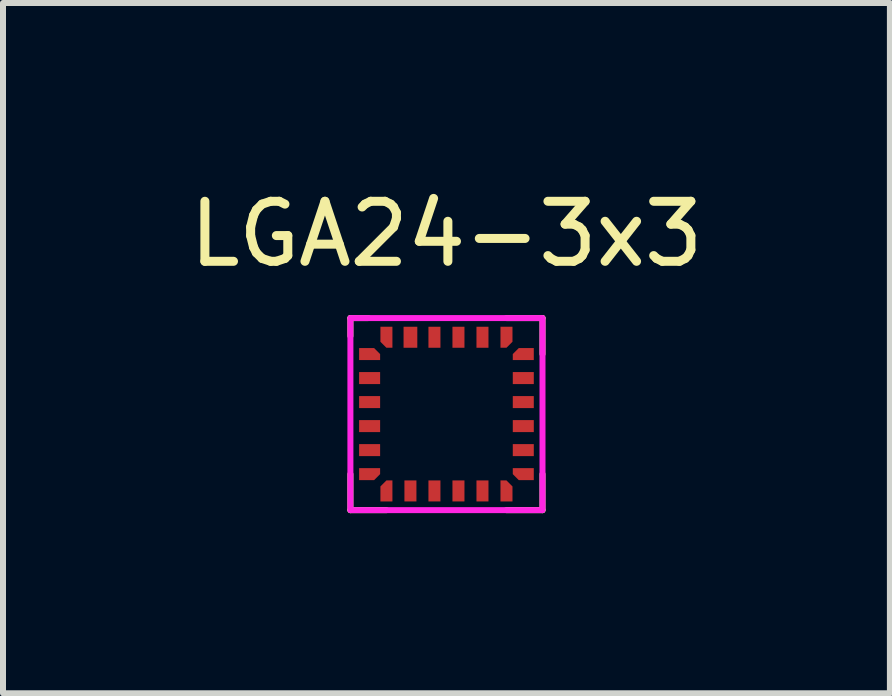
<source format=kicad_pcb>
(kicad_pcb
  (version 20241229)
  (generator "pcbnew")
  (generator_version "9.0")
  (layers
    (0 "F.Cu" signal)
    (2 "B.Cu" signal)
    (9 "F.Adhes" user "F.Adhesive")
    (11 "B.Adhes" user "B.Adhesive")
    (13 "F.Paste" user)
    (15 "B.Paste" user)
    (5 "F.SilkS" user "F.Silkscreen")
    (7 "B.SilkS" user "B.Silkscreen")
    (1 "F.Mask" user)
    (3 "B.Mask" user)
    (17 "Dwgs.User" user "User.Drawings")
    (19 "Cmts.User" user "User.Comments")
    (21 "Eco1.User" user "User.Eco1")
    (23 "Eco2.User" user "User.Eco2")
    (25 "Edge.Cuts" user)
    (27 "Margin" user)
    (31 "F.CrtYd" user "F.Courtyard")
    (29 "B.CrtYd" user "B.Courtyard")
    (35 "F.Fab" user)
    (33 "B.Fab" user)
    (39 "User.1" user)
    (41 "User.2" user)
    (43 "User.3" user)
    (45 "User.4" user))
  (footprint "LGA24-3x3"
    (layer "F.Cu")
    (at 4.387 3.848)
    (property "Reference" "LGA24-3x3" (at 0 -3 0) (layer "F.SilkS") (effects (font (size 1 1) (thickness 0.15))))
    (attr smd)
    (fp_line (start -1.6 -1.3) (end -1.6 -1.6) (stroke (width 0.1) (type solid)) (layer "F.SilkS"))
    (fp_line (start -1.6 1) (end -1.6 1.6) (stroke (width 0.1) (type solid)) (layer "F.SilkS"))
    (fp_line (start -1.3 -1.6) (end -1.6 -1.6) (stroke (width 0.1) (type solid)) (layer "F.SilkS"))
    (fp_line (start -1 1.6) (end -1.6 1.6) (stroke (width 0.1) (type solid)) (layer "F.SilkS"))
    (fp_line (start 1 -1.6) (end 1.6 -1.6) (stroke (width 0.1) (type solid)) (layer "F.SilkS"))
    (fp_line (start 1 1.6) (end 1.6 1.6) (stroke (width 0.1) (type solid)) (layer "F.SilkS"))
    (fp_line (start 1.6 -1) (end 1.6 -1.6) (stroke (width 0.1) (type solid)) (layer "F.SilkS"))
    (fp_line (start 1.6 1.6) (end 1.6 1) (stroke (width 0.1) (type solid)) (layer "F.SilkS"))
    (fp_rect (start -1.6 -1.6) (end 1.6 1.6) (stroke (width 0.1) (type solid)) (fill no) (layer "F.CrtYd"))
    (pad "1" smd roundrect (at -1.28 -1 270) (size 0.2 0.35) (layers "F.Cu" "F.Mask" "F.Paste") (roundrect_rratio 0) (chamfer_ratio 0.5) (chamfer top_left))
    (pad "2" smd rect (at -1.28 -0.6 270) (size 0.2 0.35) (layers "F.Cu" "F.Mask" "F.Paste"))
    (pad "3" smd rect (at -1.28 -0.2 270) (size 0.2 0.35) (layers "F.Cu" "F.Mask" "F.Paste"))
    (pad "4" smd rect (at -1.28 0.2 270) (size 0.2 0.35) (layers "F.Cu" "F.Mask" "F.Paste"))
    (pad "5" smd rect (at -1.28 0.6 270) (size 0.2 0.35) (layers "F.Cu" "F.Mask" "F.Paste"))
    (pad "6" smd roundrect (at -1.28 1 270) (size 0.2 0.35) (layers "F.Cu" "F.Mask" "F.Paste") (roundrect_rratio 0) (chamfer_ratio 0.5) (chamfer top_right))
    (pad "7" smd roundrect (at -1 1.28) (size 0.2 0.35) (layers "F.Cu" "F.Mask" "F.Paste") (roundrect_rratio 0) (chamfer_ratio 0.5) (chamfer top_left))
    (pad "8" smd rect (at -0.6 1.28) (size 0.2 0.35) (layers "F.Cu" "F.Mask" "F.Paste"))
    (pad "9" smd rect (at -0.2 1.28) (size 0.2 0.35) (layers "F.Cu" "F.Mask" "F.Paste"))
    (pad "10" smd rect (at 0.2 1.28) (size 0.2 0.35) (layers "F.Cu" "F.Mask" "F.Paste"))
    (pad "11" smd rect (at 0.6 1.28) (size 0.2 0.35) (layers "F.Cu" "F.Mask" "F.Paste"))
    (pad "12" smd roundrect (at 1 1.28) (size 0.2 0.35) (layers "F.Cu" "F.Mask" "F.Paste") (roundrect_rratio 0) (chamfer_ratio 0.5) (chamfer top_right))
    (pad "13" smd roundrect (at 1.28 1 270) (size 0.2 0.35) (layers "F.Cu" "F.Mask" "F.Paste") (roundrect_rratio 0) (chamfer_ratio 0.5) (chamfer bottom_right))
    (pad "14" smd rect (at 1.28 0.6 270) (size 0.2 0.35) (layers "F.Cu" "F.Mask" "F.Paste"))
    (pad "15" smd rect (at 1.28 0.2 270) (size 0.2 0.35) (layers "F.Cu" "F.Mask" "F.Paste"))
    (pad "16" smd rect (at 1.28 -0.2 270) (size 0.2 0.35) (layers "F.Cu" "F.Mask" "F.Paste"))
    (pad "17" smd rect (at 1.28 -0.6 270) (size 0.2 0.35) (layers "F.Cu" "F.Mask" "F.Paste"))
    (pad "18" smd roundrect (at 1.28 -1 270) (size 0.2 0.35) (layers "F.Cu" "F.Mask" "F.Paste") (roundrect_rratio 0) (chamfer_ratio 0.5) (chamfer bottom_left))
    (pad "19" smd roundrect (at 1 -1.28) (size 0.2 0.35) (layers "F.Cu" "F.Mask" "F.Paste") (roundrect_rratio 0) (chamfer_ratio 0.5) (chamfer bottom_right))
    (pad "20" smd rect (at 0.6 -1.28) (size 0.2 0.35) (layers "F.Cu" "F.Mask" "F.Paste"))
    (pad "21" smd rect (at 0.2 -1.28) (size 0.2 0.35) (layers "F.Cu" "F.Mask" "F.Paste"))
    (pad "22" smd rect (at -0.2 -1.28) (size 0.2 0.35) (layers "F.Cu" "F.Mask" "F.Paste"))
    (pad "23" smd rect (at -0.6 -1.28) (size 0.229 0.35) (layers "F.Cu" "F.Mask" "F.Paste"))
    (pad "24" smd roundrect (at -1 -1.28) (size 0.2 0.35) (layers "F.Cu" "F.Mask" "F.Paste") (roundrect_rratio 0) (chamfer_ratio 0.5) (chamfer bottom_left)))
  (gr_rect
    (start -3 -3)
    (end 11.774 8.498)
    (stroke (width 0.1) (type default))
    (fill no)
    (layer "Edge.Cuts")))
</source>
